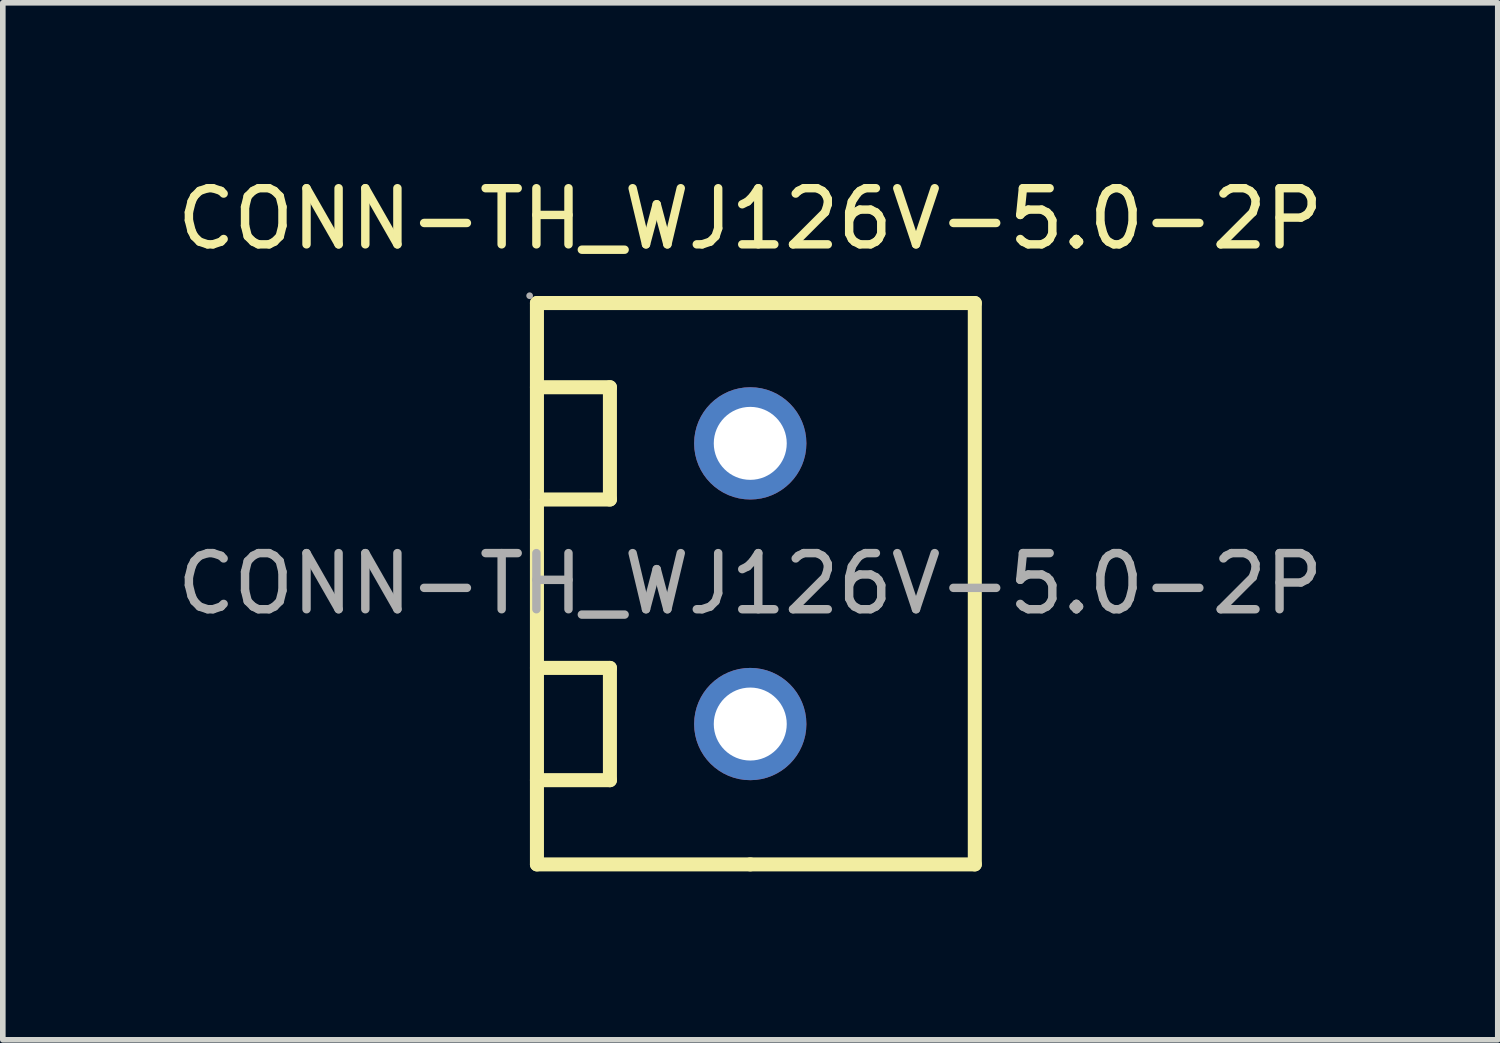
<source format=kicad_pcb>
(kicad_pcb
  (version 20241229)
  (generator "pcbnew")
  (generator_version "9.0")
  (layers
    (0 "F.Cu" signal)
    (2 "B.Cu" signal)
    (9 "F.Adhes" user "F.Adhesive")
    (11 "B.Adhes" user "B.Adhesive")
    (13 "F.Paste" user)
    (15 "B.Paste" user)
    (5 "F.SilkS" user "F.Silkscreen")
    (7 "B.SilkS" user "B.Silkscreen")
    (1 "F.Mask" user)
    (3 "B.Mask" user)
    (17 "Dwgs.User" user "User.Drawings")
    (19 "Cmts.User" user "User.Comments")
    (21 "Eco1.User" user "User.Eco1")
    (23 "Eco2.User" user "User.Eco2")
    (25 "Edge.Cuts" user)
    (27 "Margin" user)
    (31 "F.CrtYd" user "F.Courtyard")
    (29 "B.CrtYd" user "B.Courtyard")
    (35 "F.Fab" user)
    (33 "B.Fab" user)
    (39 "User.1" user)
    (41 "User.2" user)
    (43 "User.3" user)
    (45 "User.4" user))
  (footprint "CONN-TH_WJ126V-5.0-2P"
    (layer "F.Cu")
    (at 10.315 7.348)
    (property "Reference" "CONN-TH_WJ126V-5.0-2P" (at 0 -6.5 0) (layer "F.SilkS") (effects (font (size 1 1) (thickness 0.15))))
    (attr through_hole)
    (fp_line (start -3.8 -5) (end 0 -5) (stroke (width 0.25) (type solid)) (layer "F.SilkS"))
    (fp_line (start -3.8 -3.5) (end -2.5 -3.5) (stroke (width 0.25) (type solid)) (layer "F.SilkS"))
    (fp_line (start -3.8 1.5) (end -2.5 1.5) (stroke (width 0.25) (type solid)) (layer "F.SilkS"))
    (fp_line (start -3.8 5) (end -3.8 -5) (stroke (width 0.25) (type solid)) (layer "F.SilkS"))
    (fp_line (start -2.5 -3.5) (end -2.5 -1.5) (stroke (width 0.25) (type solid)) (layer "F.SilkS"))
    (fp_line (start -2.5 -1.5) (end -3.8 -1.5) (stroke (width 0.25) (type solid)) (layer "F.SilkS"))
    (fp_line (start -2.5 1.5) (end -2.5 3.5) (stroke (width 0.25) (type solid)) (layer "F.SilkS"))
    (fp_line (start -2.5 3.5) (end -3.8 3.5) (stroke (width 0.25) (type solid)) (layer "F.SilkS"))
    (fp_line (start 0 -5) (end 4 -5) (stroke (width 0.25) (type solid)) (layer "F.SilkS"))
    (fp_line (start 0 5) (end -3.8 5) (stroke (width 0.25) (type solid)) (layer "F.SilkS"))
    (fp_line (start 4 -5) (end 4 5) (stroke (width 0.25) (type solid)) (layer "F.SilkS"))
    (fp_line (start 4 5) (end 0 5) (stroke (width 0.25) (type solid)) (layer "F.SilkS"))
    (fp_circle (center -3.93 -5.13) (end -3.9 -5.13) (stroke (width 0.06) (type solid)) (fill no) (layer "F.Fab"))
    (fp_circle (center 0 -2.5) (end 0.28 -2.5) (stroke (width 0.55) (type solid)) (fill no) (layer "F.Fab"))
    (fp_circle (center 0 2.5) (end 0.28 2.5) (stroke (width 0.55) (type solid)) (fill no) (layer "F.Fab"))
    (fp_text user "${REFERENCE}" (at 0 0 0) (layer "F.Fab") (effects (font (size 1 1) (thickness 0.15))))
    (pad "1" thru_hole circle (at 0 -2.5 270) (size 2 2) (drill 1.3) (layers "*.Cu" "*.Mask"))
    (pad "2" thru_hole circle (at 0 2.5 270) (size 2 2) (drill 1.3) (layers "*.Cu" "*.Mask")))
  (gr_rect
    (start -3 -3)
    (end 23.631 15.473)
    (stroke (width 0.1) (type default))
    (fill no)
    (layer "Edge.Cuts")))
</source>
